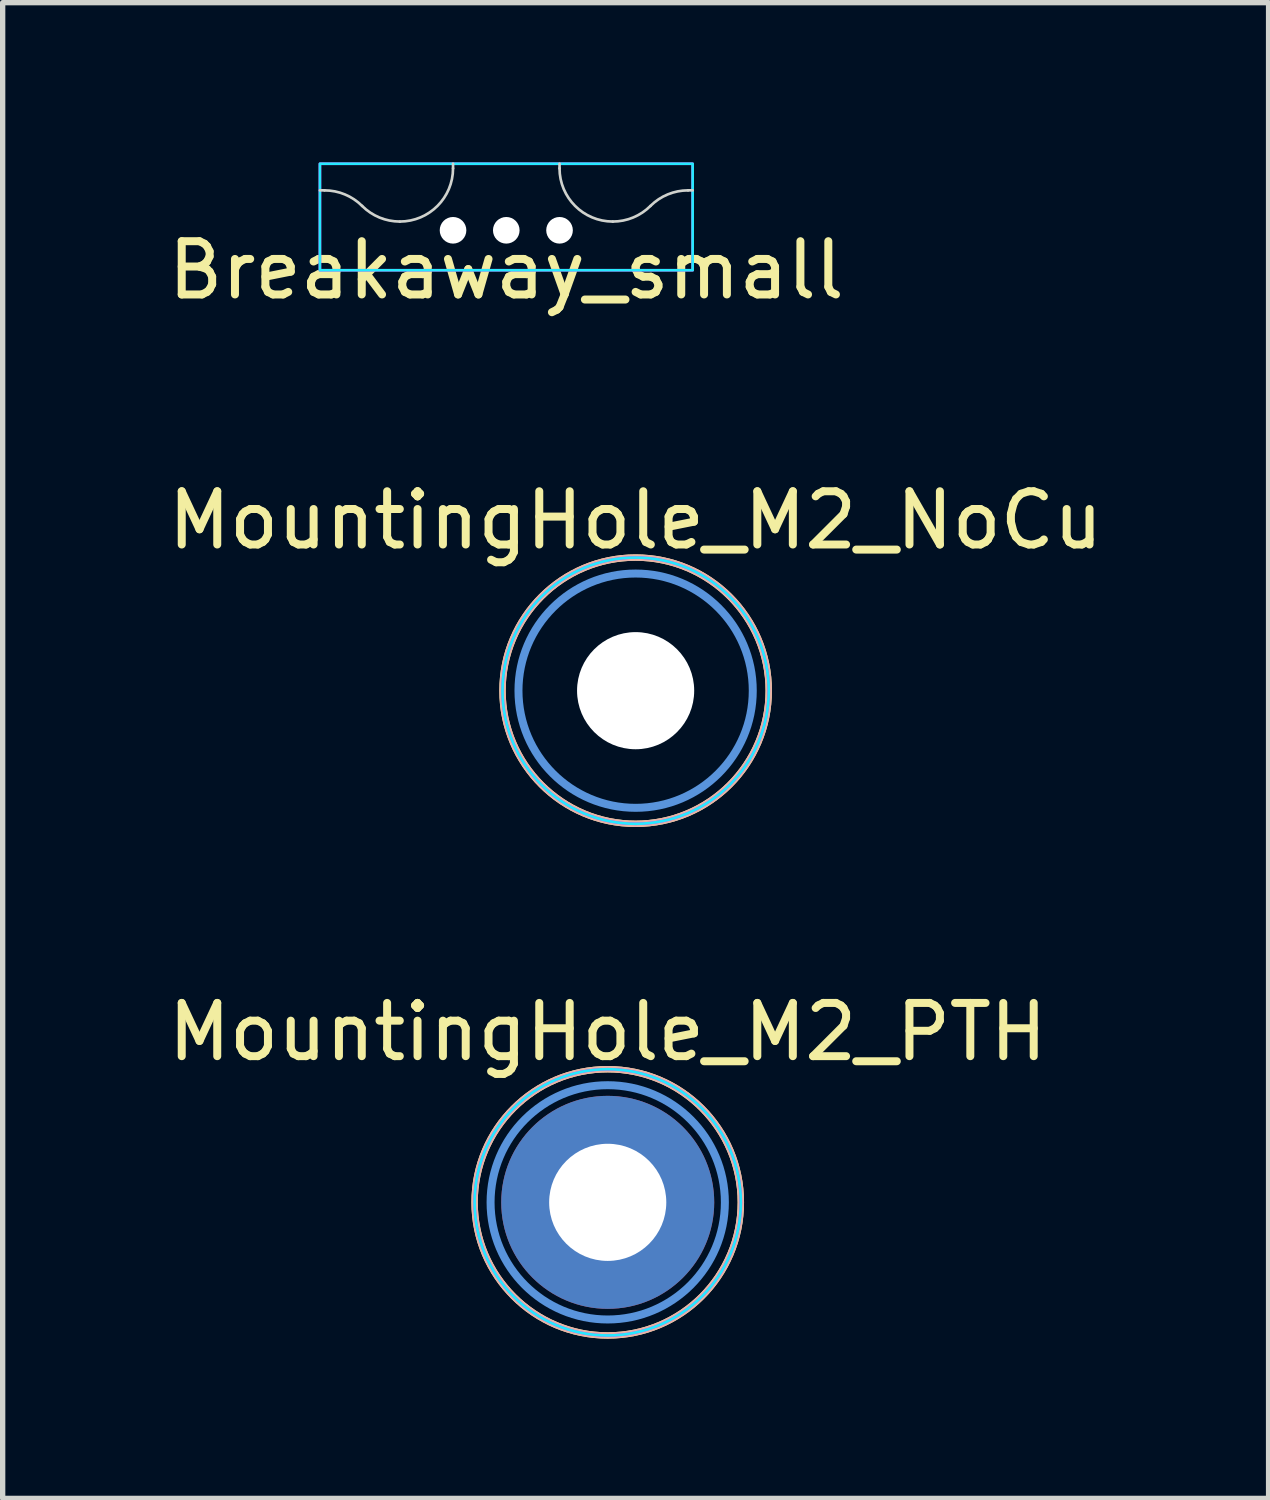
<source format=kicad_pcb>
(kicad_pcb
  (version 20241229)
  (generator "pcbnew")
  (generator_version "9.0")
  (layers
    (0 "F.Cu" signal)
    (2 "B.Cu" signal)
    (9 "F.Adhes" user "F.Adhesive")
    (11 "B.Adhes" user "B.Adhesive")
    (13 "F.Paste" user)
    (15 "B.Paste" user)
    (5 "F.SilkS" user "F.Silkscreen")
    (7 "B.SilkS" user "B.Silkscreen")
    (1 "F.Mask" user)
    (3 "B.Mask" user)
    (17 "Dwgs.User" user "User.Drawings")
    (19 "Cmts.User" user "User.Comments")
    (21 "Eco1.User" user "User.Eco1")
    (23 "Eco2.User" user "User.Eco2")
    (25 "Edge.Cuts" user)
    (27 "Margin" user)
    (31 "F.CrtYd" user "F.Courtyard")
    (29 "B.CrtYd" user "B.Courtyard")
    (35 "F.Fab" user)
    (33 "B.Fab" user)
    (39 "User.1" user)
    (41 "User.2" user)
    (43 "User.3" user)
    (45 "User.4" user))
  (footprint "MountingHole_M2_NoCu"
    (layer "F.Cu")
    (at 8.887 9.921)
    (property "Reference" "MountingHole_M2_NoCu" (at 0 -3.2 0) (layer "F.SilkS") (effects (font (size 1 1) (thickness 0.15))))
    (attr exclude_from_pos_files exclude_from_bom)
    (fp_circle (center 0 0) (end 0 -2.5) (stroke (width 0.12) (type solid)) (fill no) (layer "F.SilkS"))
    (fp_circle (center 0 0) (end 0 -2.5) (stroke (width 0.12) (type solid)) (fill no) (layer "B.SilkS"))
    (fp_circle (center 0 0) (end 2.2 0) (stroke (width 0.15) (type solid)) (fill no) (layer "Cmts.User"))
    (fp_circle (center 0 0) (end 2.5 0) (stroke (width 0.05) (type solid)) (fill no) (layer "B.CrtYd"))
    (fp_circle (center 0 0) (end 2.5 0) (stroke (width 0.05) (type solid)) (fill no) (layer "F.CrtYd"))
    (pad "" np_thru_hole circle (at 0 0) (size 2.2 2.2) (drill 2.2) (layers "*.Cu" "*.Mask")))
  (footprint "MountingHole_M2_PTH"
    (layer "F.Cu")
    (at 8.363 19.53)
    (property "Reference" "MountingHole_M2_PTH" (at 0 -3.2 0) (layer "F.SilkS") (effects (font (size 1 1) (thickness 0.15))))
    (attr exclude_from_pos_files exclude_from_bom)
    (fp_circle (center 0 0) (end 0 -2.5) (stroke (width 0.12) (type solid)) (fill no) (layer "F.SilkS"))
    (fp_circle (center 0 0) (end 0 -2.5) (stroke (width 0.12) (type solid)) (fill no) (layer "B.SilkS"))
    (fp_circle (center 0 0) (end 2.2 0) (stroke (width 0.15) (type solid)) (fill no) (layer "Cmts.User"))
    (fp_circle (center 0 0) (end 2.5 0) (stroke (width 0.05) (type solid)) (fill no) (layer "B.CrtYd"))
    (fp_circle (center 0 0) (end 2.5 0) (stroke (width 0.05) (type solid)) (fill no) (layer "F.CrtYd"))
    (pad "1" thru_hole circle (at 0 0) (size 4 4) (drill 2.2) (layers "*.Cu" "*.Mask")))
  (footprint "Breakaway_small"
    (layer "F.Cu")
    (at 6.458 0.525)
    (property "Reference" "Breakaway_small" (at 0 1.5 0) (layer "F.SilkS") (effects (font (size 1 1) (thickness 0.15))))
    (attr through_hole)
    (fp_line (start -3.5 0) (end -3.414 0) (stroke (width 0.05) (type solid)) (layer "Edge.Cuts"))
    (fp_line (start -1 -0.5) (end -1 -0.414) (stroke (width 0.05) (type solid)) (layer "Edge.Cuts"))
    (fp_line (start 1 -0.5) (end 1 -0.414) (stroke (width 0.05) (type solid)) (layer "Edge.Cuts"))
    (fp_line (start 3.414 0) (end 3.5 0) (stroke (width 0.05) (type solid)) (layer "Edge.Cuts"))
    (fp_arc (start -3.414214 0) (mid -3.03153 0.07612) (end -2.707107 0.292893) (stroke (width 0.05) (type solid)) (layer "Edge.Cuts"))
    (fp_arc (start -2 0.585786) (mid -2.382684 0.509666) (end -2.707107 0.292893) (stroke (width 0.05) (type solid)) (layer "Edge.Cuts"))
    (fp_arc (start -1 -0.414214) (mid -1.292893 0.292893) (end -2 0.585786) (stroke (width 0.05) (type solid)) (layer "Edge.Cuts"))
    (fp_arc (start 2 0.585786) (mid 1.292898 0.292892) (end 1 -0.414214) (stroke (width 0.05) (type solid)) (layer "Edge.Cuts"))
    (fp_arc (start 2.707107 0.292893) (mid 2.382684 0.509669) (end 2 0.585786) (stroke (width 0.05) (type solid)) (layer "Edge.Cuts"))
    (fp_arc (start 2.707107 0.292893) (mid 3.031531 0.076125) (end 3.414214 0) (stroke (width 0.05) (type solid)) (layer "Edge.Cuts"))
    (fp_rect (start -3.5 1.5) (end 3.5 -0.5) (stroke (width 0.05) (type solid)) (fill no) (layer "B.CrtYd"))
    (fp_rect (start -3.5 1.5) (end 3.5 -0.5) (stroke (width 0.05) (type solid)) (fill no) (layer "F.CrtYd"))
    (pad "" np_thru_hole circle (at -1 0.75) (size 0.5 0.5) (drill 0.5) (layers "*.Cu" "*.Mask"))
    (pad "" np_thru_hole circle (at 0 0.75) (size 0.5 0.5) (drill 0.5) (layers "*.Cu" "*.Mask"))
    (pad "" np_thru_hole circle (at 1 0.75) (size 0.5 0.5) (drill 0.5) (layers "*.Cu" "*.Mask")))
  (gr_rect
    (start -3 -3)
    (end 20.774 25.09)
    (stroke (width 0.1) (type default))
    (fill no)
    (layer "Edge.Cuts")))
</source>
